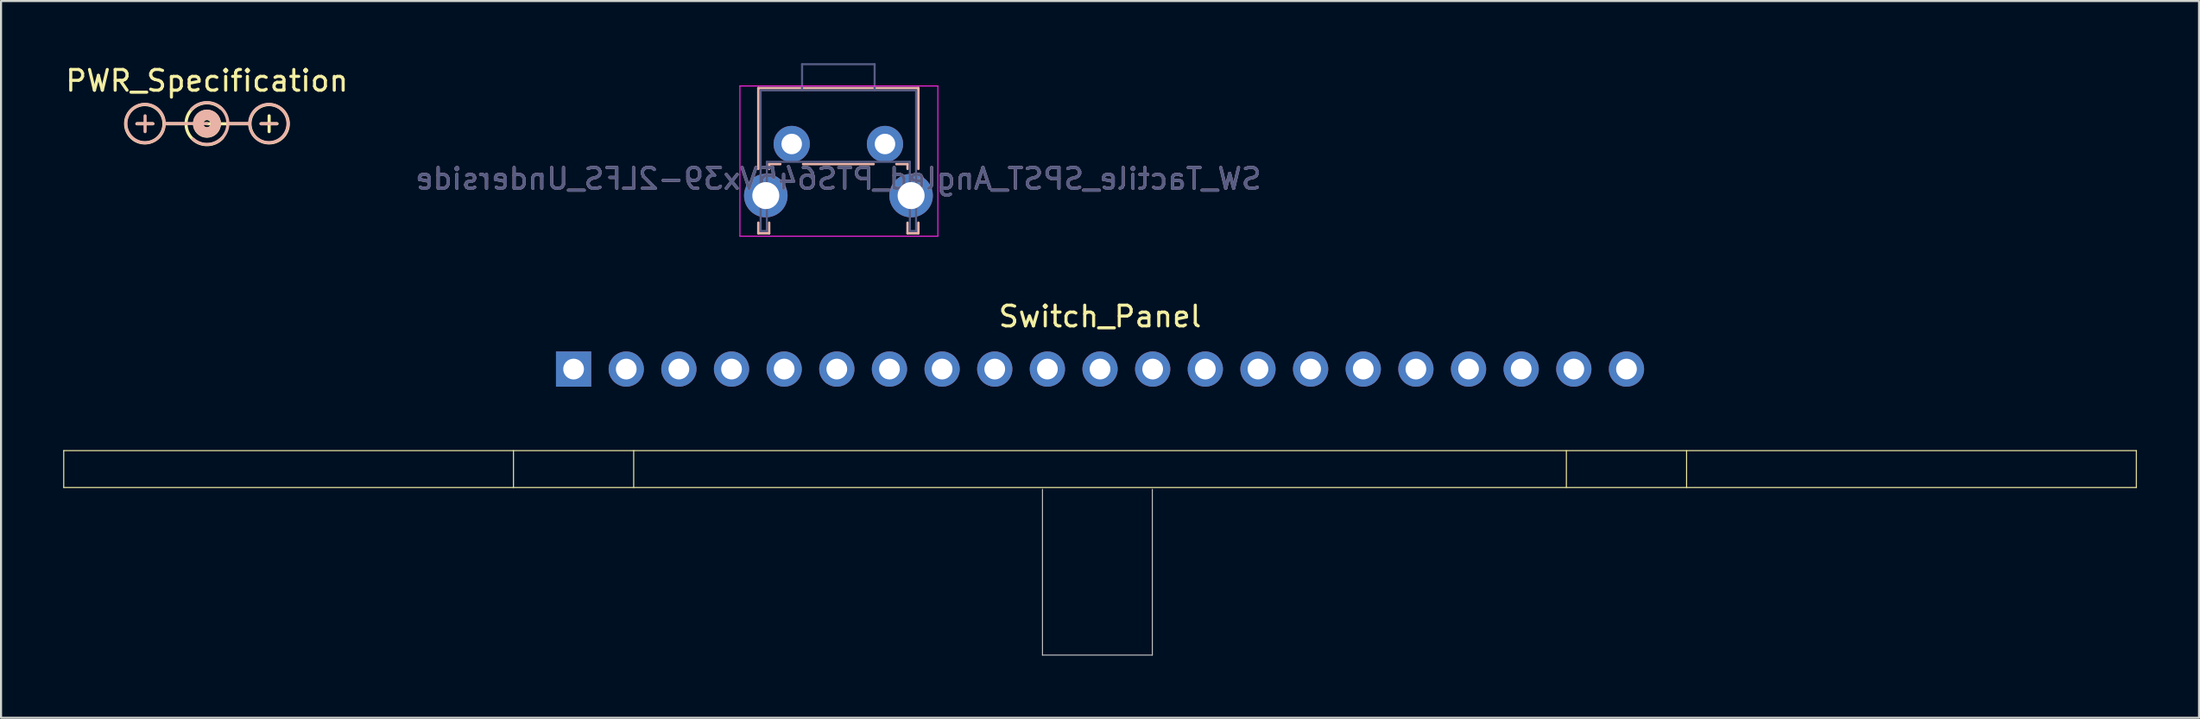
<source format=kicad_pcb>
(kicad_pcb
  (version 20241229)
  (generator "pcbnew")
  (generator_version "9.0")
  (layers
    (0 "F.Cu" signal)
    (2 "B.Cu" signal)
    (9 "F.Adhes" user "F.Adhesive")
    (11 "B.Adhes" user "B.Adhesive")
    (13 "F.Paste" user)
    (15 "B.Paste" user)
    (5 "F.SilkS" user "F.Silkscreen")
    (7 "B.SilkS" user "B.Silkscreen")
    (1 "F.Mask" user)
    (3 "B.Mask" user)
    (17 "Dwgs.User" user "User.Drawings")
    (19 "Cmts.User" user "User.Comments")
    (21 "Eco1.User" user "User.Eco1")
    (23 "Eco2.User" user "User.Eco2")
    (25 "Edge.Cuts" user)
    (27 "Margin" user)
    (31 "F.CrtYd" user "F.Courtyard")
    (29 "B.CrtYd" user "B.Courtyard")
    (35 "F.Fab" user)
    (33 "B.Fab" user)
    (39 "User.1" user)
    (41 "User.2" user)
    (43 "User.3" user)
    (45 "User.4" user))
  (footprint "PWR_Specification"
    (layer "F.Cu")
    (at 6.935 2.848)
    (property "Reference" "PWR_Specification" (at 0 -2 0) (layer "F.SilkS") (effects (font (size 1 1) (thickness 0.15))))
    (attr exclude_from_pos_files exclude_from_bom)
    (fp_line (start -2 0.075) (end -1.1 0.075) (stroke (width 0.15) (type solid)) (layer "F.SilkS"))
    (fp_line (start 0 0.075) (end 2 0.075) (stroke (width 0.15) (type solid)) (layer "F.SilkS"))
    (fp_arc (start 0.75 0.75) (mid -1.007627 0.128033) (end 0.675 -0.675) (stroke (width 0.15) (type solid)) (layer "F.SilkS"))
    (fp_circle (center -3 0.075) (end -3 1) (stroke (width 0.15) (type solid)) (fill no) (layer "F.SilkS"))
    (fp_circle (center 0 0.075) (end 0 0.25) (stroke (width 0.5) (type solid)) (fill no) (layer "F.SilkS"))
    (fp_circle (center 3 0.075) (end 3 1) (stroke (width 0.15) (type solid)) (fill no) (layer "F.SilkS"))
    (fp_line (start 0 0.064) (end -2 0.064) (stroke (width 0.15) (type solid)) (layer "B.SilkS"))
    (fp_line (start 1.069 0.064) (end 1.968 0.064) (stroke (width 0.15) (type solid)) (layer "B.SilkS"))
    (fp_arc (start -0.75 -0.6115) (mid 1.007627 0.010467) (end -0.675 0.8135) (stroke (width 0.15) (type solid)) (layer "B.SilkS"))
    (fp_circle (center -2.985 0.064) (end -2.059 0.064) (stroke (width 0.15) (type solid)) (fill no) (layer "B.SilkS"))
    (fp_circle (center 0 0.064) (end 0.175 0.064) (stroke (width 0.5) (type solid)) (fill no) (layer "B.SilkS"))
    (fp_circle (center 2.985 0.064) (end 3.909 0.064) (stroke (width 0.15) (type solid)) (fill no) (layer "B.SilkS"))
    (fp_text user "-" (at -3 0 0) (layer "F.SilkS") (effects (font (size 1 1) (thickness 0.15))))
    (fp_text user "+" (at 3 0 0) (layer "F.SilkS") (effects (font (size 1 1) (thickness 0.15))))
    (fp_text user "-" (at 2.985 0 0) (layer "B.SilkS") (effects (font (size 1 1) (thickness 0.15))))
    (fp_text user "+" (at -2.985 0 0) (layer "B.SilkS") (effects (font (size 1 1) (thickness 0.15)))))
  (footprint "Switch_Panel"
    (layer "F.Cu")
    (at 50.025 14.763)
    (property "Reference" "Switch_Panel" (at 0 -2.54 180) (layer "F.SilkS") (effects (font (size 1 1) (thickness 0.15))))
    (attr through_hole)
    (fp_line (start -50 3.937) (end -50 5.715) (stroke (width 0.05) (type solid)) (layer "F.SilkS"))
    (fp_line (start -50 3.937) (end 50 3.937) (stroke (width 0.05) (type solid)) (layer "F.SilkS"))
    (fp_line (start -50 5.715) (end 50 5.715) (stroke (width 0.05) (type solid)) (layer "F.SilkS"))
    (fp_line (start -28.3 3.937) (end -28.3 5.715) (stroke (width 0.05) (type solid)) (layer "F.SilkS"))
    (fp_line (start -22.5 3.937) (end -22.5 5.715) (stroke (width 0.05) (type solid)) (layer "F.SilkS"))
    (fp_line (start 22.5 5.715) (end 22.5 3.937) (stroke (width 0.05) (type solid)) (layer "F.SilkS"))
    (fp_line (start 28.3 5.715) (end 28.3 3.937) (stroke (width 0.05) (type solid)) (layer "F.SilkS"))
    (fp_line (start 50 3.937) (end 50 5.715) (stroke (width 0.05) (type solid)) (layer "F.SilkS"))
    (fp_line (start -2.777 13.804) (end -2.777 5.804) (stroke (width 0.05) (type solid)) (layer "Dwgs.User"))
    (fp_line (start -2.777 13.804) (end 2.523 13.804) (stroke (width 0.05) (type solid)) (layer "Dwgs.User"))
    (fp_line (start 2.523 13.804) (end 2.523 5.804) (stroke (width 0.05) (type solid)) (layer "Dwgs.User"))
    (pad "1" thru_hole rect (at -25.4 0) (size 1.7 1.7) (drill 1) (layers "*.Cu" "*.Mask"))
    (pad "2" thru_hole oval (at -22.86 0) (size 1.7 1.7) (drill 1) (layers "*.Cu" "*.Mask"))
    (pad "3" thru_hole oval (at -20.32 0) (size 1.7 1.7) (drill 1) (layers "*.Cu" "*.Mask"))
    (pad "4" thru_hole oval (at -17.78 0) (size 1.7 1.7) (drill 1) (layers "*.Cu" "*.Mask"))
    (pad "5" thru_hole oval (at -15.24 0) (size 1.7 1.7) (drill 1) (layers "*.Cu" "*.Mask"))
    (pad "6" thru_hole oval (at -12.7 0) (size 1.7 1.7) (drill 1) (layers "*.Cu" "*.Mask"))
    (pad "7" thru_hole oval (at -10.16 0) (size 1.7 1.7) (drill 1) (layers "*.Cu" "*.Mask"))
    (pad "8" thru_hole oval (at -7.62 0) (size 1.7 1.7) (drill 1) (layers "*.Cu" "*.Mask"))
    (pad "9" thru_hole oval (at -5.08 0) (size 1.7 1.7) (drill 1) (layers "*.Cu" "*.Mask"))
    (pad "10" thru_hole oval (at -2.54 0) (size 1.7 1.7) (drill 1) (layers "*.Cu" "*.Mask"))
    (pad "11" thru_hole oval (at 0 0) (size 1.7 1.7) (drill 1) (layers "*.Cu" "*.Mask"))
    (pad "12" thru_hole oval (at 2.54 0) (size 1.7 1.7) (drill 1) (layers "*.Cu" "*.Mask"))
    (pad "13" thru_hole oval (at 5.08 0) (size 1.7 1.7) (drill 1) (layers "*.Cu" "*.Mask"))
    (pad "14" thru_hole oval (at 7.62 0) (size 1.7 1.7) (drill 1) (layers "*.Cu" "*.Mask"))
    (pad "15" thru_hole oval (at 10.16 0) (size 1.7 1.7) (drill 1) (layers "*.Cu" "*.Mask"))
    (pad "16" thru_hole oval (at 12.7 0) (size 1.7 1.7) (drill 1) (layers "*.Cu" "*.Mask"))
    (pad "17" thru_hole oval (at 15.24 0) (size 1.7 1.7) (drill 1) (layers "*.Cu" "*.Mask"))
    (pad "18" thru_hole oval (at 17.78 0) (size 1.7 1.7) (drill 1) (layers "*.Cu" "*.Mask"))
    (pad "19" thru_hole oval (at 20.32 0) (size 1.7 1.7) (drill 1) (layers "*.Cu" "*.Mask"))
    (pad "20" thru_hole oval (at 22.86 0) (size 1.7 1.7) (drill 1) (layers "*.Cu" "*.Mask"))
    (pad "21" thru_hole oval (at 25.4 0) (size 1.7 1.7) (drill 1) (layers "*.Cu" "*.Mask")))
  (footprint "SW_Tactile_SPST_Angled_PTS645Vx39-2LFS_Underside"
    (layer "F.Cu")
    (at 35.149 3.9)
    (property "Reference" "SW_Tactile_SPST_Angled_PTS645Vx39-2LFS_Underside" (at 2.25 1.68 0) (layer "B.SilkS") (effects (font (size 1 1) (thickness 0.15)) (justify mirror)))
    (attr through_hole)
    (fp_line (start -1.61 -2.7) (end -1.61 1.2) (stroke (width 0.12) (type solid)) (layer "B.SilkS"))
    (fp_line (start -1.61 -2.7) (end 6.11 -2.7) (stroke (width 0.12) (type solid)) (layer "B.SilkS"))
    (fp_line (start -1.61 3.8) (end -1.61 4.31) (stroke (width 0.12) (type solid)) (layer "B.SilkS"))
    (fp_line (start -1.61 4.31) (end -1.09 4.31) (stroke (width 0.12) (type solid)) (layer "B.SilkS"))
    (fp_line (start -1.09 0.97) (end -1.09 1.2) (stroke (width 0.12) (type solid)) (layer "B.SilkS"))
    (fp_line (start -1.09 0.97) (end -0.55 0.97) (stroke (width 0.12) (type solid)) (layer "B.SilkS"))
    (fp_line (start -1.09 3.8) (end -1.09 4.31) (stroke (width 0.12) (type solid)) (layer "B.SilkS"))
    (fp_line (start 0.55 0.97) (end 3.95 0.97) (stroke (width 0.12) (type solid)) (layer "B.SilkS"))
    (fp_line (start 5.05 0.97) (end 5.59 0.97) (stroke (width 0.12) (type solid)) (layer "B.SilkS"))
    (fp_line (start 5.59 0.97) (end 5.59 1.2) (stroke (width 0.12) (type solid)) (layer "B.SilkS"))
    (fp_line (start 5.59 3.8) (end 5.59 4.31) (stroke (width 0.12) (type solid)) (layer "B.SilkS"))
    (fp_line (start 5.59 4.31) (end 6.11 4.31) (stroke (width 0.12) (type solid)) (layer "B.SilkS"))
    (fp_line (start 6.11 -2.7) (end 6.11 1.2) (stroke (width 0.12) (type solid)) (layer "B.SilkS"))
    (fp_line (start 6.11 3.8) (end 6.11 4.31) (stroke (width 0.12) (type solid)) (layer "B.SilkS"))
    (fp_line (start -2.5 -2.8) (end 7.05 -2.8) (stroke (width 0.05) (type solid)) (layer "F.CrtYd"))
    (fp_line (start -2.5 4.45) (end -2.5 -2.8) (stroke (width 0.05) (type solid)) (layer "F.CrtYd"))
    (fp_line (start 7.05 -2.8) (end 7.05 4.45) (stroke (width 0.05) (type solid)) (layer "F.CrtYd"))
    (fp_line (start 7.05 4.45) (end -2.5 4.45) (stroke (width 0.05) (type solid)) (layer "F.CrtYd"))
    (fp_line (start -1.5 -2.59) (end 6 -2.59) (stroke (width 0.1) (type solid)) (layer "B.Fab"))
    (fp_line (start -1.5 4.2) (end -1.5 -2.59) (stroke (width 0.1) (type solid)) (layer "B.Fab"))
    (fp_line (start -1.5 4.2) (end -1.2 4.2) (stroke (width 0.1) (type solid)) (layer "B.Fab"))
    (fp_line (start -1.2 0.86) (end 5.7 0.86) (stroke (width 0.1) (type solid)) (layer "B.Fab"))
    (fp_line (start -1.2 4.2) (end -1.2 0.86) (stroke (width 0.1) (type solid)) (layer "B.Fab"))
    (fp_line (start 0.5 -3.85) (end 0.5 -2.59) (stroke (width 0.1) (type solid)) (layer "B.Fab"))
    (fp_line (start 0.5 -3.85) (end 4 -3.85) (stroke (width 0.1) (type solid)) (layer "B.Fab"))
    (fp_line (start 4 -3.85) (end 4 -2.59) (stroke (width 0.1) (type solid)) (layer "B.Fab"))
    (fp_line (start 5.7 4.2) (end 5.7 0.86) (stroke (width 0.1) (type solid)) (layer "B.Fab"))
    (fp_line (start 5.7 4.2) (end 6 4.2) (stroke (width 0.1) (type solid)) (layer "B.Fab"))
    (fp_line (start 6 4.2) (end 6 -2.59) (stroke (width 0.1) (type solid)) (layer "B.Fab"))
    (fp_text user "${REFERENCE}" (at 2.25 1.68 0) (layer "B.Fab") (effects (font (size 1 1) (thickness 0.15)) (justify mirror)))
    (pad "" thru_hole circle (at -1.25 2.49) (size 2.1 2.1) (drill 1.3) (layers "*.Cu" "*.Mask"))
    (pad "" thru_hole circle (at 5.76 2.49) (size 2.1 2.1) (drill 1.3) (layers "*.Cu" "*.Mask"))
    (pad "1" thru_hole circle (at 4.5 0) (size 1.75 1.75) (drill 0.99) (layers "*.Cu" "*.Mask"))
    (pad "2" thru_hole circle (at 0 0) (size 1.75 1.75) (drill 0.99) (layers "*.Cu" "*.Mask")))
  (gr_rect
    (start -3 -3)
    (end 103.05 31.592)
    (stroke (width 0.1) (type default))
    (fill no)
    (layer "Edge.Cuts")))
</source>
